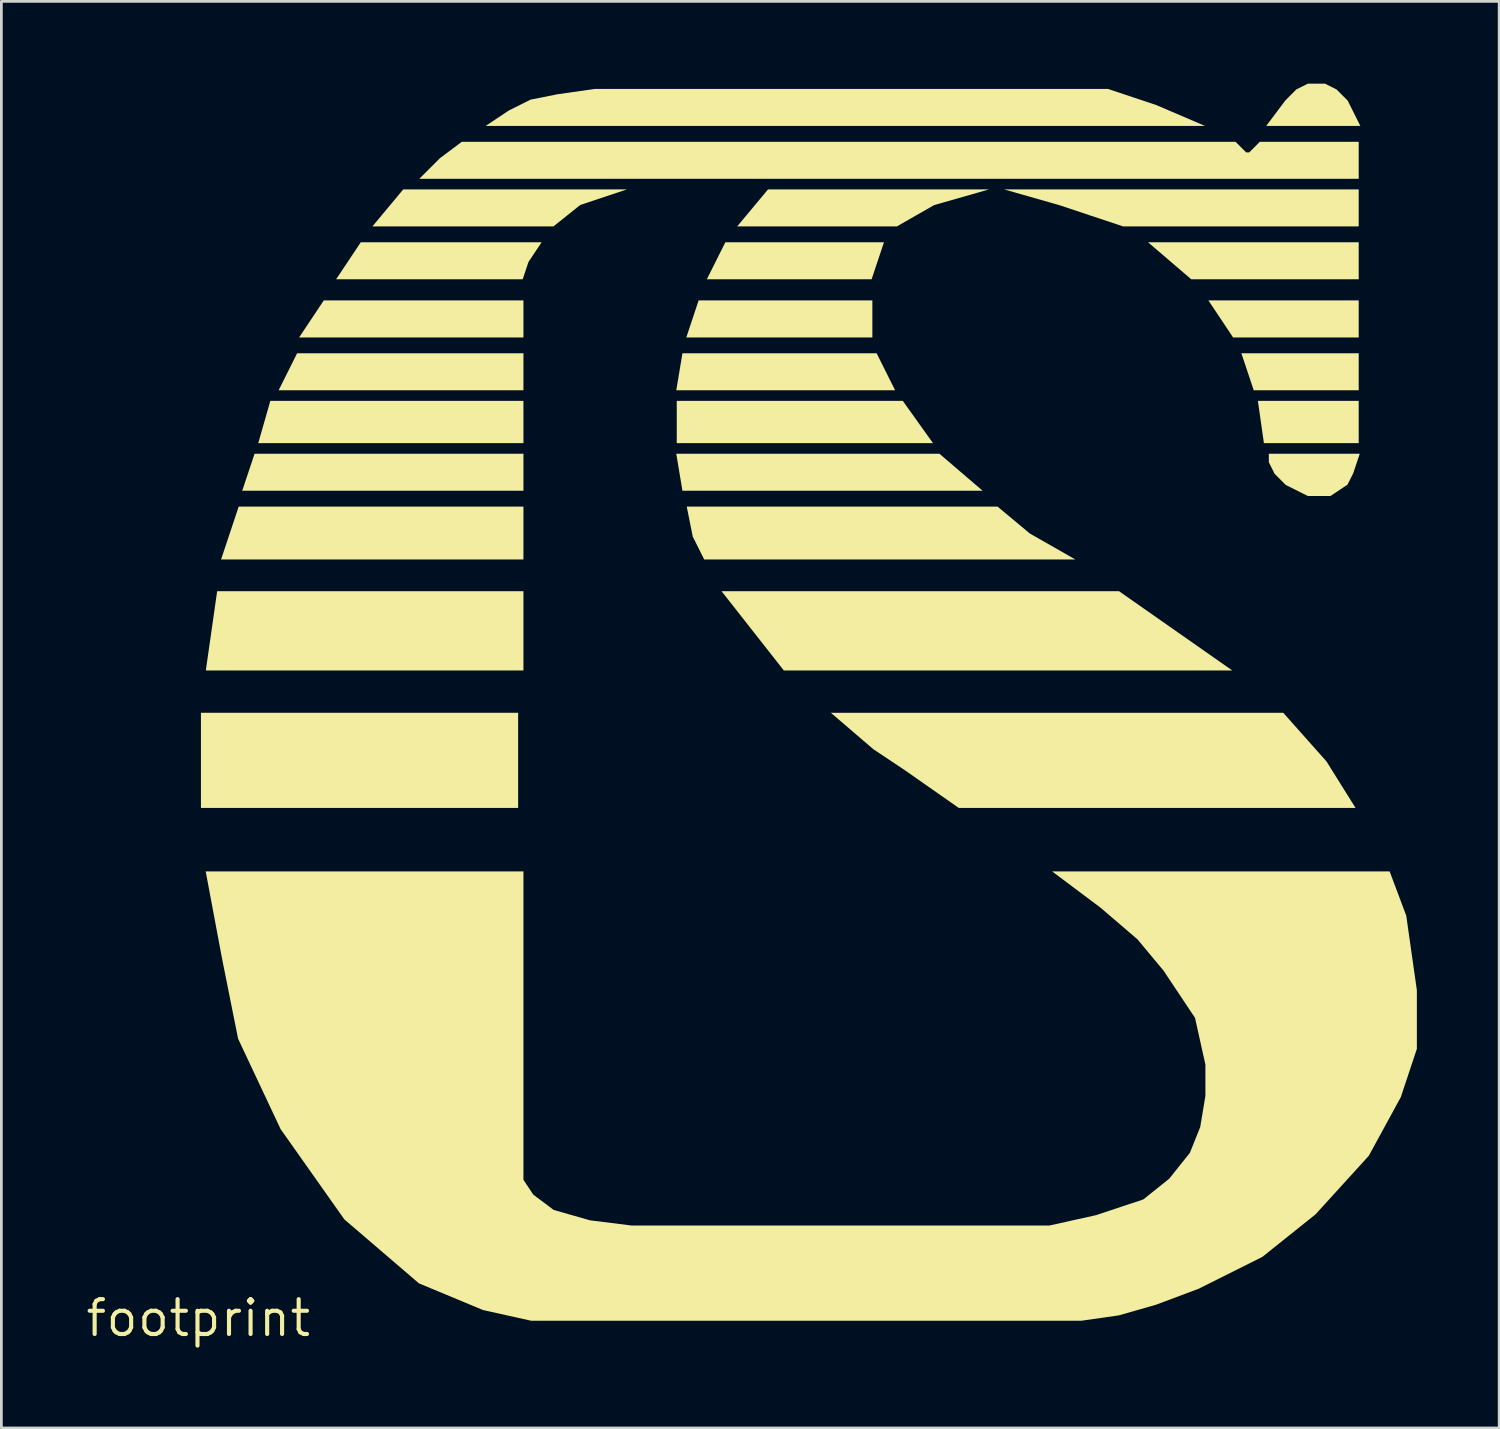
<source format=kicad_pcb>
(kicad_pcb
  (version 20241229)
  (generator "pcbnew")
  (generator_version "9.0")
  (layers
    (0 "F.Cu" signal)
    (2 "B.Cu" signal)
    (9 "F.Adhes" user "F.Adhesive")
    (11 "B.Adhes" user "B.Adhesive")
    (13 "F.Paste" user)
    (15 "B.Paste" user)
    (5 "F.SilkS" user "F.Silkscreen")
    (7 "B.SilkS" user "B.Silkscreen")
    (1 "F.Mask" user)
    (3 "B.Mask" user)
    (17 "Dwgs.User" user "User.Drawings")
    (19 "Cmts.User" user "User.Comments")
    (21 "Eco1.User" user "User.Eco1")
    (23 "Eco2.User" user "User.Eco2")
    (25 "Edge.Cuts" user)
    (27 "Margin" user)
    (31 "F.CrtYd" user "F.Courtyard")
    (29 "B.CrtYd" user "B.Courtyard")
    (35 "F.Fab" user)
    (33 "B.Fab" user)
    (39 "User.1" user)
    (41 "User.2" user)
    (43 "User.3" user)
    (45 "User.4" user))
  (footprint "footprint"
    (layer "F.Cu")
    (at 4.18 45.004)
    (property "Reference" "footprint" (at 0 0 0) (layer "F.SilkS") (effects (font (size 1.27 1.27) (thickness 0.15))))
    (fp_poly (pts (xy 11.66 -18.599) (xy 0.096 -18.599) (xy 0.096 -22.068) (xy 11.66 -22.068)) (stroke (width 0) (type solid)) (fill yes) (layer "F.SilkS"))
    (fp_poly (pts (xy 11.853 -35.752) (xy 3.675 -35.752) (xy 4.574 -37.102) (xy 11.853 -37.102)) (stroke (width 0) (type solid)) (fill yes) (layer "F.SilkS"))
    (fp_poly (pts (xy 11.853 -33.825) (xy 2.928 -33.825) (xy 3.602 -35.174) (xy 11.853 -35.174)) (stroke (width 0) (type solid)) (fill yes) (layer "F.SilkS"))
    (fp_poly (pts (xy 11.853 -31.898) (xy 2.185 -31.898) (xy 2.626 -33.44) (xy 11.853 -33.44)) (stroke (width 0) (type solid)) (fill yes) (layer "F.SilkS"))
    (fp_poly (pts (xy 11.853 -30.163) (xy 1.601 -30.163) (xy 2.051 -31.512) (xy 11.853 -31.512)) (stroke (width 0) (type solid)) (fill yes) (layer "F.SilkS"))
    (fp_poly (pts (xy 11.853 -27.658) (xy 0.83 -27.658) (xy 1.472 -29.585) (xy 11.853 -29.585)) (stroke (width 0) (type solid)) (fill yes) (layer "F.SilkS"))
    (fp_poly (pts (xy 11.853 -23.61) (xy 0.274 -23.61) (xy 0.687 -26.501) (xy 11.853 -26.501)) (stroke (width 0) (type solid)) (fill yes) (layer "F.SilkS"))
    (fp_poly (pts (xy 24.547 -37.873) (xy 18.54 -37.873) (xy 19.214 -39.221) (xy 24.997 -39.221)) (stroke (width 0) (type solid)) (fill yes) (layer "F.SilkS"))
    (fp_poly (pts (xy 24.574 -35.752) (xy 17.791 -35.752) (xy 18.24 -37.102) (xy 24.574 -37.102)) (stroke (width 0) (type solid)) (fill yes) (layer "F.SilkS"))
    (fp_poly (pts (xy 25.404 -33.825) (xy 17.425 -33.825) (xy 17.65 -35.174) (xy 24.73 -35.174)) (stroke (width 0) (type solid)) (fill yes) (layer "F.SilkS"))
    (fp_poly (pts (xy 26.785 -31.898) (xy 17.443 -31.898) (xy 17.443 -33.44) (xy 25.683 -33.44)) (stroke (width 0) (type solid)) (fill yes) (layer "F.SilkS"))
    (fp_poly (pts (xy 28.593 -30.163) (xy 17.65 -30.163) (xy 17.425 -31.512) (xy 27.019 -31.512)) (stroke (width 0) (type solid)) (fill yes) (layer "F.SilkS"))
    (fp_poly (pts (xy 37.696 -23.61) (xy 21.347 -23.61) (xy 19.075 -26.501) (xy 33.566 -26.501)) (stroke (width 0) (type solid)) (fill yes) (layer "F.SilkS"))
    (fp_poly (pts (xy 42.305 -37.873) (xy 36.199 -37.873) (xy 34.625 -39.221) (xy 42.305 -39.221)) (stroke (width 0) (type solid)) (fill yes) (layer "F.SilkS"))
    (fp_poly (pts (xy 42.305 -35.752) (xy 37.725 -35.752) (xy 36.825 -37.102) (xy 42.305 -37.102)) (stroke (width 0) (type solid)) (fill yes) (layer "F.SilkS"))
    (fp_poly (pts (xy 42.305 -33.825) (xy 38.478 -33.825) (xy 38.028 -35.174) (xy 42.305 -35.174)) (stroke (width 0) (type solid)) (fill yes) (layer "F.SilkS"))
    (fp_poly (pts (xy 42.305 -31.898) (xy 38.849 -31.898) (xy 38.629 -33.44) (xy 42.305 -33.44)) (stroke (width 0) (type solid)) (fill yes) (layer "F.SilkS"))
    (fp_poly (pts (xy 12.037 -38.504) (xy 11.826 -37.873) (xy 5.024 -37.873) (xy 5.923 -39.221) (xy 12.515 -39.221)) (stroke (width 0) (type solid)) (fill yes) (layer "F.SilkS"))
    (fp_poly (pts (xy 13.924 -40.581) (xy 12.947 -39.8) (xy 6.347 -39.8) (xy 7.471 -41.149) (xy 15.627 -41.149)) (stroke (width 0) (type solid)) (fill yes) (layer "F.SilkS"))
    (fp_poly (pts (xy 26.828 -40.578) (xy 25.467 -39.8) (xy 19.646 -39.8) (xy 20.77 -41.149) (xy 28.827 -41.149)) (stroke (width 0) (type solid)) (fill yes) (layer "F.SilkS"))
    (fp_poly (pts (xy 30.315 -28.604) (xy 31.971 -27.658) (xy 18.443 -27.658) (xy 18.025 -28.493) (xy 17.807 -29.585) (xy 29.138 -29.585)) (stroke (width 0) (type solid)) (fill yes) (layer "F.SilkS"))
    (fp_poly (pts (xy 42.305 -39.8) (xy 33.713 -39.8) (xy 32.542 -40.19) (xy 31.387 -40.575) (xy 29.379 -41.149) (xy 42.305 -41.149)) (stroke (width 0) (type solid)) (fill yes) (layer "F.SilkS"))
    (fp_poly (pts (xy 41.13 -20.295) (xy 42.19 -18.599) (xy 27.724 -18.599) (xy 25.772 -19.965) (xy 24.612 -20.738) (xy 23.061 -22.068) (xy 39.554 -22.068)) (stroke (width 0) (type solid)) (fill yes) (layer "F.SilkS"))
    (fp_poly (pts (xy 34.919 -44.226) (xy 36.703 -43.462) (xy 10.475 -43.462) (xy 11.323 -44.027) (xy 12.111 -44.421) (xy 13.09 -44.617) (xy 14.448 -44.811) (xy 33.166 -44.811)) (stroke (width 0) (type solid)) (fill yes) (layer "F.SilkS"))
    (fp_poly (pts (xy 41.495 -44.794) (xy 41.903 -44.386) (xy 42.103 -43.987) (xy 42.365 -43.462) (xy 38.933 -43.462) (xy 39.631 -44.392) (xy 40.032 -44.794) (xy 40.452 -45.004) (xy 41.075 -45.004)) (stroke (width 0) (type solid)) (fill yes) (layer "F.SilkS"))
    (fp_poly (pts (xy 42.106 -30.801) (xy 41.898 -30.386) (xy 41.275 -29.97) (xy 40.452 -29.97) (xy 39.646 -30.373) (xy 39.239 -30.781) (xy 39.029 -31.2) (xy 39.029 -31.512) (xy 42.343 -31.512)) (stroke (width 0) (type solid)) (fill yes) (layer "F.SilkS"))
    (fp_poly (pts (xy 38.037 -42.663) (xy 38.201 -42.498) (xy 38.315 -42.498) (xy 38.7 -42.884) (xy 42.305 -42.884) (xy 42.305 -41.535) (xy 8.055 -41.535) (xy 8.803 -42.282) (xy 9.605 -42.884) (xy 37.816 -42.884)) (stroke (width 0) (type solid)) (fill yes) (layer "F.SilkS"))
    (fp_poly (pts (xy 11.853 -5.04) (xy 12.213 -4.5) (xy 12.957 -3.942) (xy 14.282 -3.564) (xy 15.81 -3.373) (xy 31.02 -3.373) (xy 32.739 -3.755) (xy 34.453 -4.326) (xy 35.395 -5.08) (xy 36.15 -6.024) (xy 36.527 -6.965) (xy 36.716 -8.103) (xy 36.716 -9.241) (xy 36.337 -10.947) (xy 35.193 -12.663) (xy 34.238 -13.809) (xy 32.898 -14.958) (xy 31.127 -16.286) (xy 43.432 -16.286) (xy 44.038 -14.672) (xy 44.425 -11.956) (xy 44.425 -9.814) (xy 43.84 -8.056) (xy 42.674 -5.919) (xy 40.733 -3.784) (xy 38.792 -2.231) (xy 36.465 -1.068) (xy 34.915 -0.487) (xy 33.556 -0.098) (xy 32.194 0.096) (xy 12.132 0.096) (xy 10.379 -0.293) (xy 8.044 -1.266) (xy 5.325 -3.597) (xy 3 -6.89) (xy 1.45 -10.185) (xy 0.869 -13.088) (xy 0.269 -16.286) (xy 11.853 -16.286)) (stroke (width 0) (type solid)) (fill yes) (layer "F.SilkS")))
  (gr_rect
    (start -3 -3)
    (end 51.606 49.01)
    (stroke (width 0.1) (type default))
    (fill no)
    (layer "Edge.Cuts")))
</source>
